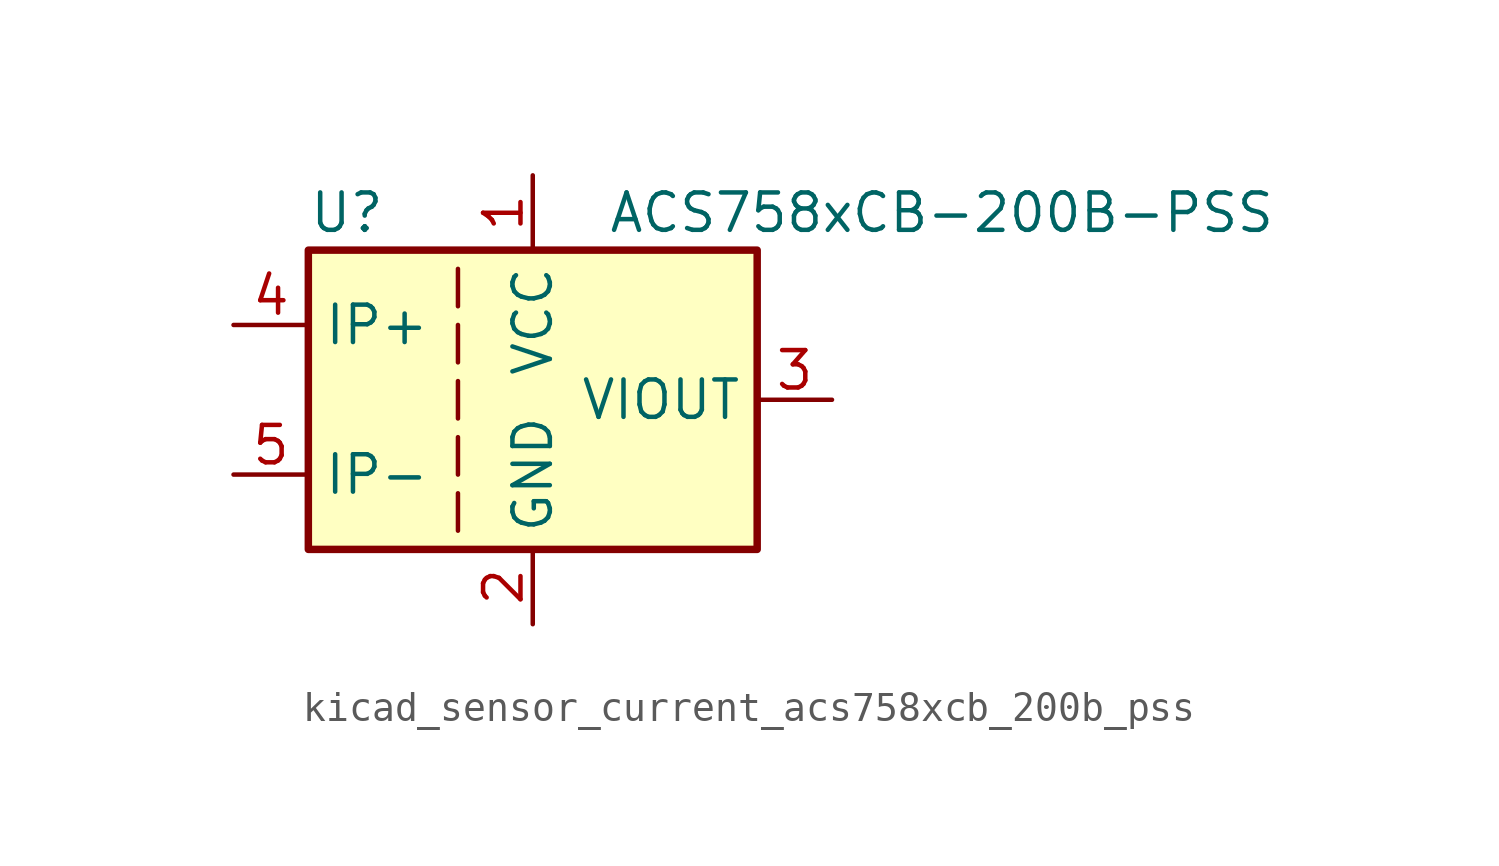
<source format=kicad_sym>
(kicad_symbol_lib
  (version 20220914)
  (generator kicad_symbol_editor)
  (symbol "kicad_sensor_current_acs758xcb_200b_pss"
    (property "Reference" "U"
      (at -7.62 6.35 0)
      (effects (font (size 1.27 1.27)) (justify left)))
    (property "Value" "ACS758xCB-200B-PSS"
      (at 2.54 6.35 0)
      (effects (font (size 1.27 1.27)) (justify left)))
    (symbol "kicad_sensor_current_acs758xcb_200b_pss_0_1"
      (rectangle (start -7.62 5.08) (end 7.62 -5.08) (stroke (width 0.254) (type default)) (fill (type background)))
      (polyline (pts (xy -2.54 -3.175) (xy -2.54 -4.445)) (stroke (width 0) (type default)) (fill (type none)))
      (polyline (pts (xy -2.54 -1.27) (xy -2.54 -2.54)) (stroke (width 0) (type default)) (fill (type none)))
      (polyline (pts (xy -2.54 0.635) (xy -2.54 -0.635)) (stroke (width 0) (type default)) (fill (type none)))
      (polyline (pts (xy -2.54 1.27) (xy -2.54 2.54)) (stroke (width 0) (type default)) (fill (type none)))
      (polyline (pts (xy -2.54 3.175) (xy -2.54 4.445)) (stroke (width 0) (type default)) (fill (type none))))
    (symbol "kicad_sensor_current_acs758xcb_200b_pss_1_1"
      (pin power_in line (at 0 7.62 270) (length 2.54) (name "VCC" (effects (font (size 1.27 1.27)))) (number "1" (effects (font (size 1.27 1.27)))))
      (pin power_in line (at 0 -7.62 90) (length 2.54) (name "GND" (effects (font (size 1.27 1.27)))) (number "2" (effects (font (size 1.27 1.27)))))
      (pin output line (at 10.16 0 180) (length 2.54) (name "VIOUT" (effects (font (size 1.27 1.27)))) (number "3" (effects (font (size 1.27 1.27)))))
      (pin passive line (at -10.16 2.54 0) (length 2.54) (name "IP+" (effects (font (size 1.27 1.27)))) (number "4" (effects (font (size 1.27 1.27)))))
      (pin passive line (at -10.16 -2.54 0) (length 2.54) (name "IP-" (effects (font (size 1.27 1.27)))) (number "5" (effects (font (size 1.27 1.27))))))))
</source>
